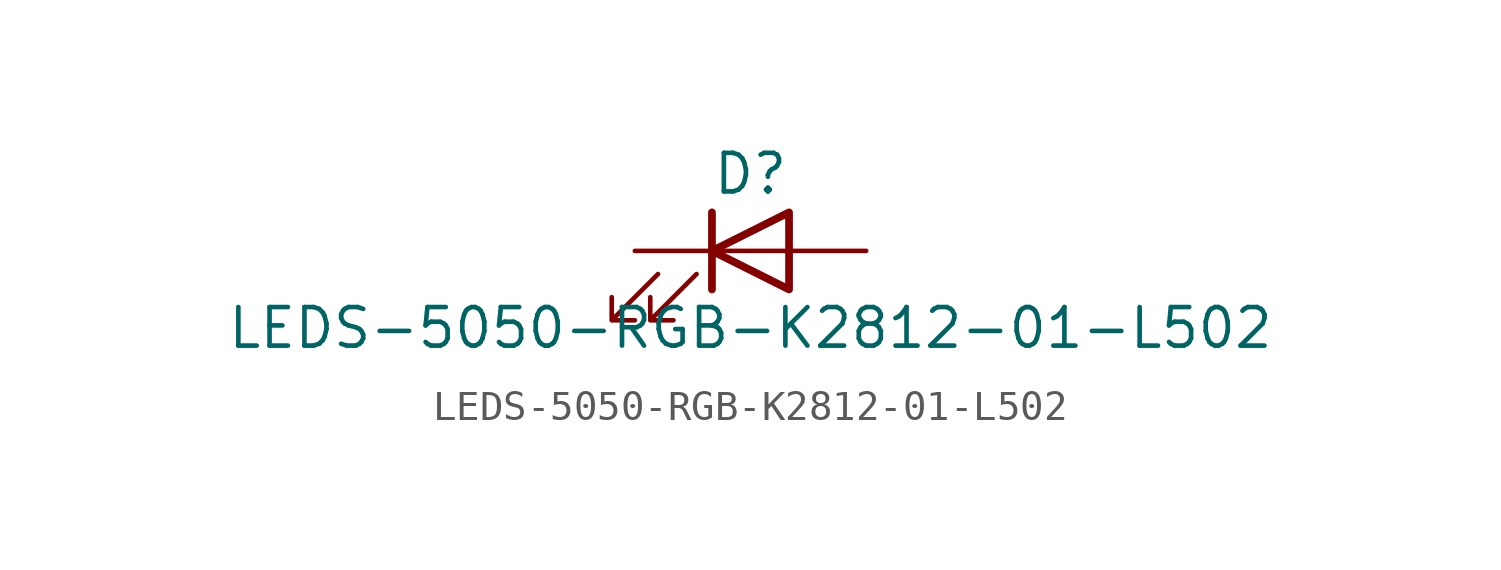
<source format=kicad_sym>
(kicad_symbol_lib
  (version 20211014)
  (generator kicad_symbol_editor)
  (symbol "LEDS-5050-RGB-K2812-01-L502"
    (pin_numbers hide)
    (pin_names
      (offset 1.016) hide)
    (property "Reference" "D"
      (at 0 2.54 0)
      (effects (font (size 1.27 1.27))))
    (property "Value" "LEDS-5050-RGB-K2812-01-L502"
      (at 0 -2.54 0)
      (effects (font (size 1.27 1.27))))
    (symbol "LEDS-5050-RGB-K2812-01-L502_0_1"
      (polyline (pts (xy -1.27 -1.27) (xy -1.27 1.27)) (stroke (width 0.254) (type default) (color 0 0 0 0)) (fill (type none)))
      (polyline (pts (xy -1.27 0) (xy 1.27 0)) (stroke (width 0) (type default) (color 0 0 0 0)) (fill (type none)))
      (polyline (pts (xy 1.27 -1.27) (xy 1.27 1.27) (xy -1.27 0) (xy 1.27 -1.27)) (stroke (width 0.254) (type default) (color 0 0 0 0)) (fill (type none)))
      (polyline (pts (xy -3.048 -0.762) (xy -4.572 -2.286) (xy -3.81 -2.286) (xy -4.572 -2.286) (xy -4.572 -1.524)) (stroke (width 0) (type default) (color 0 0 0 0)) (fill (type none)))
      (polyline (pts (xy -1.778 -0.762) (xy -3.302 -2.286) (xy -2.54 -2.286) (xy -3.302 -2.286) (xy -3.302 -1.524)) (stroke (width 0) (type default) (color 0 0 0 0)) (fill (type none))))
    (symbol "LEDS-5050-RGB-K2812-01-L502_1_1"
      (pin passive line (at -3.81 0 0) (length 2.54) (name "K" (effects (font (size 1.27 1.27)))) (number "1" (effects (font (size 1.27 1.27)))))
      (pin passive line (at 3.81 0 180) (length 2.54) (name "A" (effects (font (size 1.27 1.27)))) (number "2" (effects (font (size 1.27 1.27))))))))
</source>
